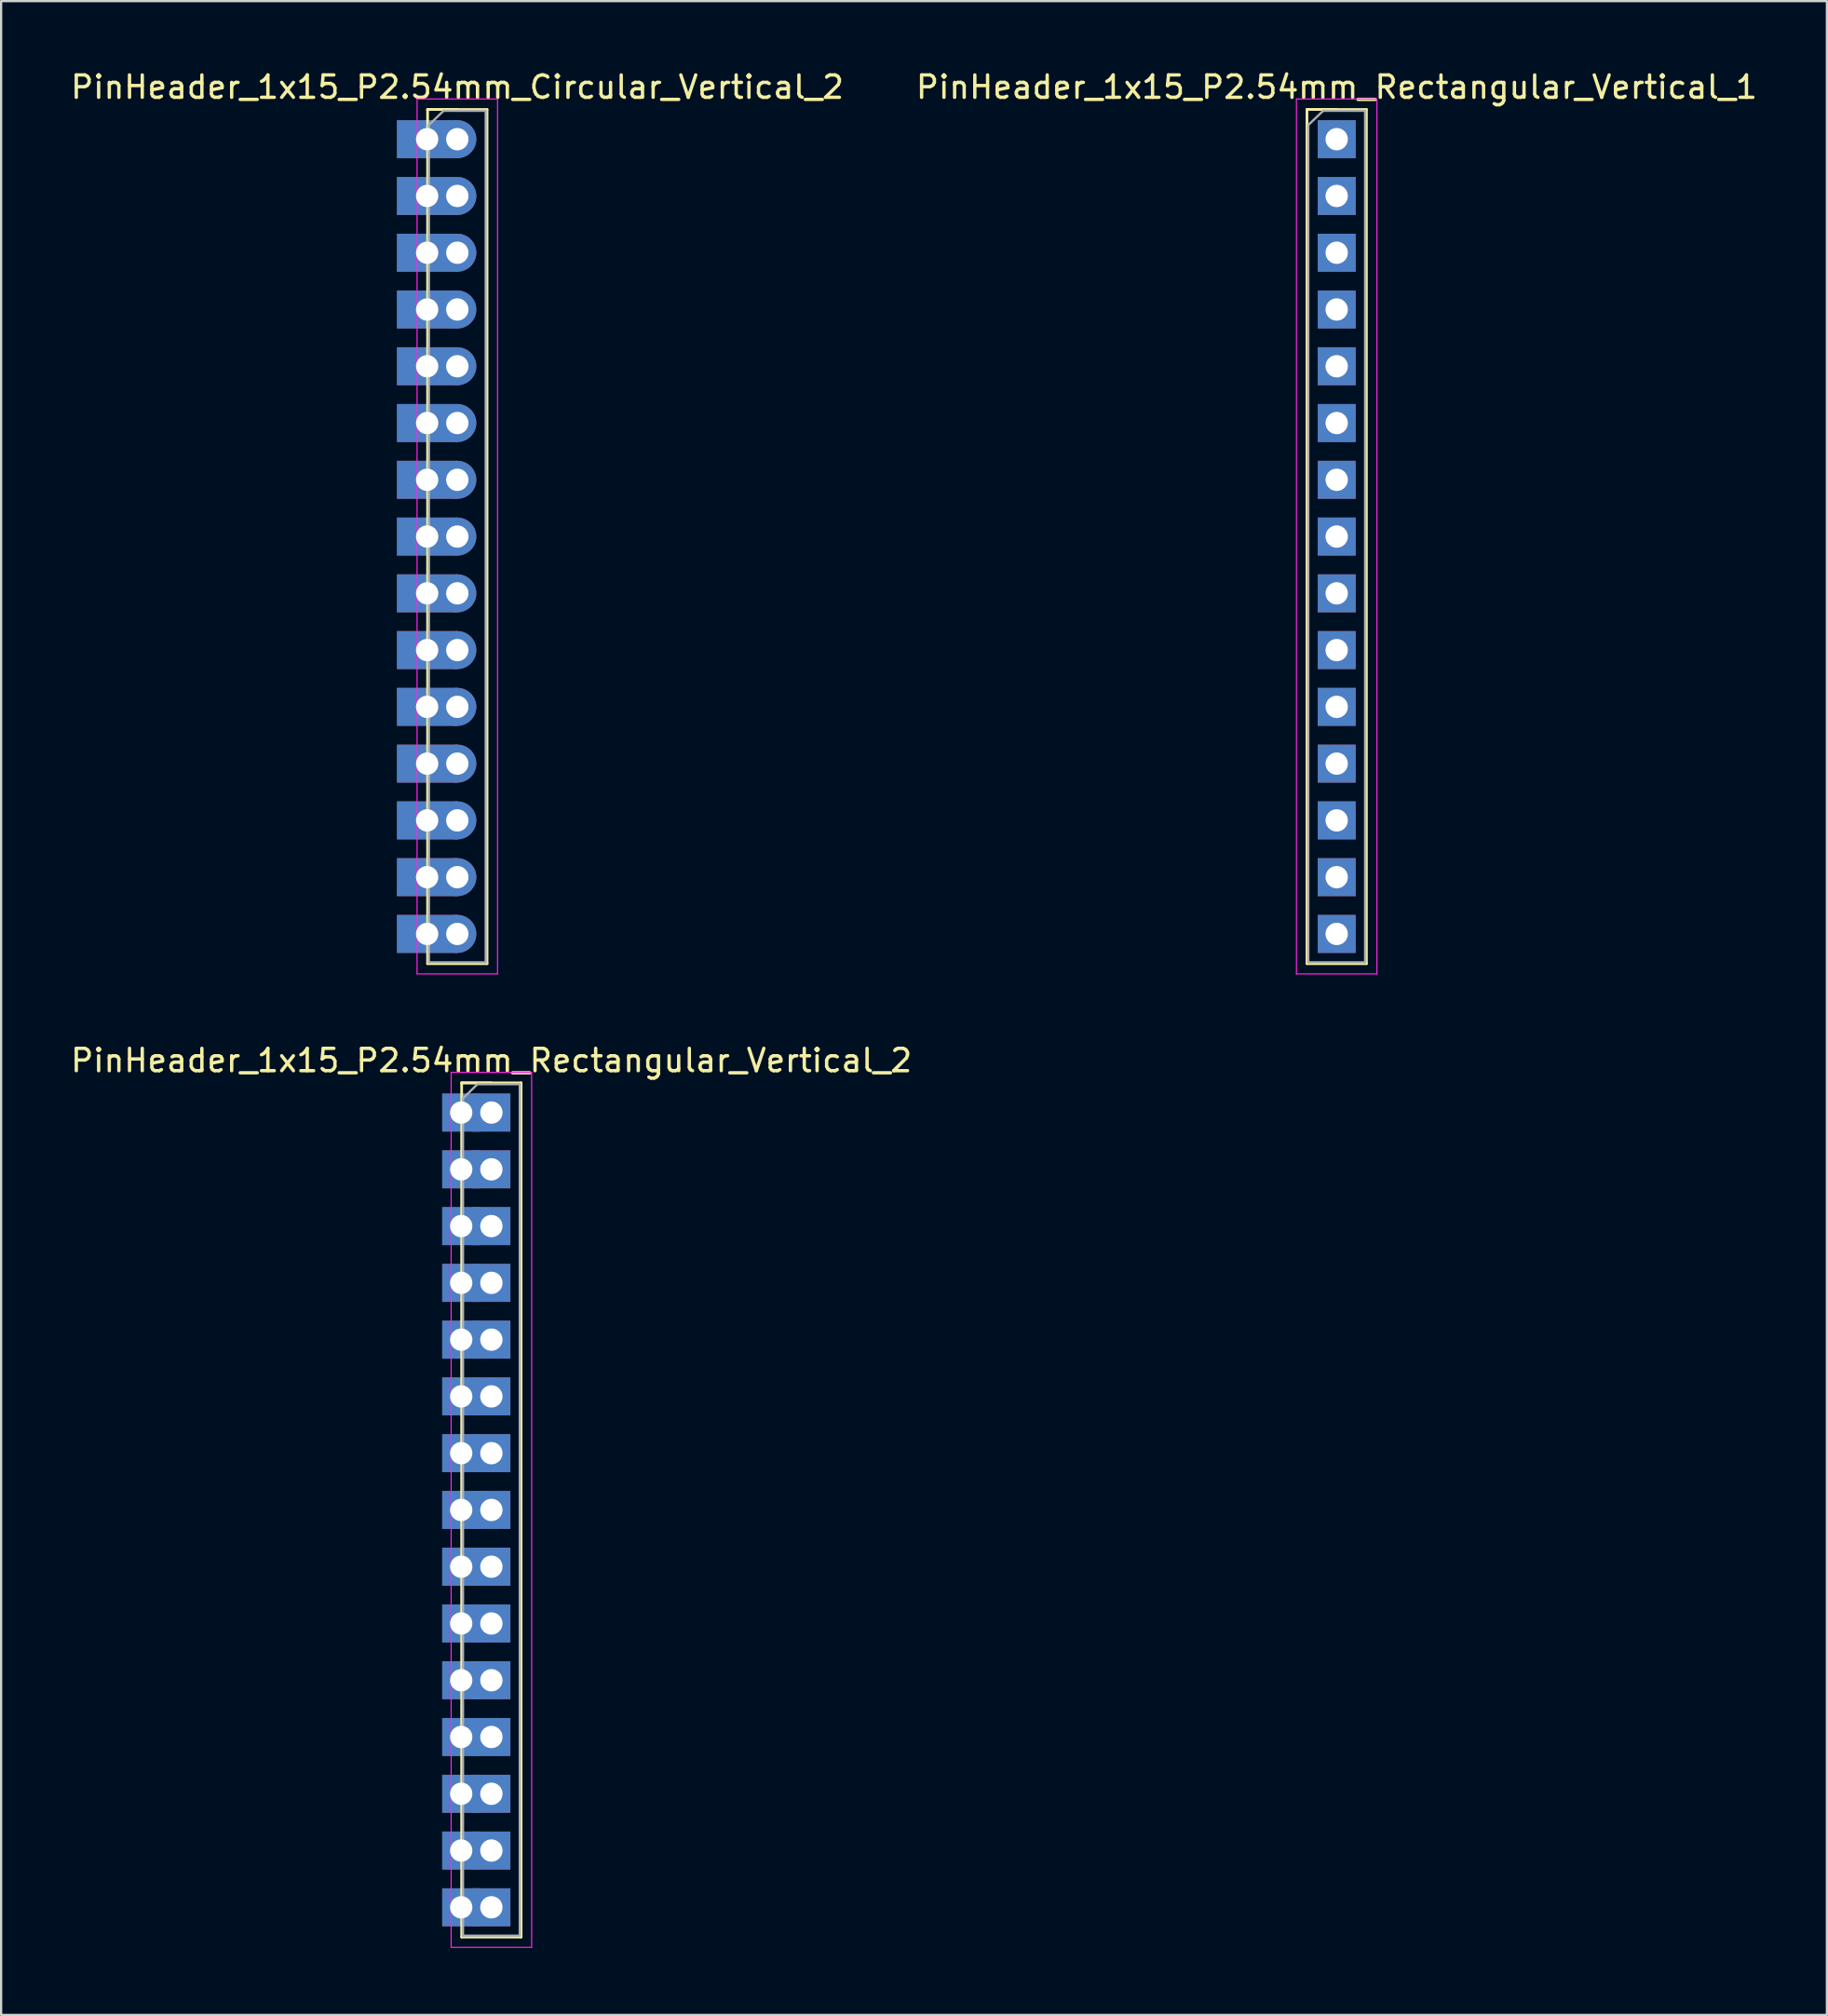
<source format=kicad_pcb>
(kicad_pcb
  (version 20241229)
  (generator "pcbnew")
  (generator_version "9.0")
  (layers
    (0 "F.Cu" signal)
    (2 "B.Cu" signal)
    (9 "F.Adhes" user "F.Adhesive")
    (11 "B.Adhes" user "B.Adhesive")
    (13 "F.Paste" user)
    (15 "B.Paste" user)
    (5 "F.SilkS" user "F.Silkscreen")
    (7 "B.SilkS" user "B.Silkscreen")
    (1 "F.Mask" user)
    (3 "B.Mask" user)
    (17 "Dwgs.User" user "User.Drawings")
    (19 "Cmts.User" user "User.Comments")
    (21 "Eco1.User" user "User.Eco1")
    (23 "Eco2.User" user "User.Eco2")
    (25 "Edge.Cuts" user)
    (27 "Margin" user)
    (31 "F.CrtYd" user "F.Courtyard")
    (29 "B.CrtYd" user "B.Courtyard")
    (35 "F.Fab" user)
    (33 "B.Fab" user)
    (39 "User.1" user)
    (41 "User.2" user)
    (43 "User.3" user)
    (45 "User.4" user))
  (footprint "PinHeader_1x15_P2.54mm_Circular_Vertical_2"
    (layer "F.Cu")
    (at 17.411 3.178)
    (property "Reference" "PinHeader_1x15_P2.54mm_Circular_Vertical_2" (at 0 -2.33 0) (layer "F.SilkS") (effects (font (size 1 1) (thickness 0.15))))
    (attr through_hole)
    (fp_line (start -1.33 -1.33) (end -1.33 36.89) (stroke (width 0.12) (type solid)) (layer "F.SilkS"))
    (fp_line (start -1.33 -1.33) (end 0 -1.33) (stroke (width 0.12) (type solid)) (layer "F.SilkS"))
    (fp_line (start -1.33 -1.33) (end 1.33 -1.33) (stroke (width 0.12) (type solid)) (layer "F.SilkS"))
    (fp_line (start -1.33 36.89) (end 1.33 36.89) (stroke (width 0.12) (type solid)) (layer "F.SilkS"))
    (fp_line (start 1.33 -1.33) (end 1.33 36.89) (stroke (width 0.12) (type solid)) (layer "F.SilkS"))
    (fp_line (start -1.8 -1.8) (end -1.8 37.35) (stroke (width 0.05) (type solid)) (layer "F.CrtYd"))
    (fp_line (start -1.8 37.35) (end 1.8 37.35) (stroke (width 0.05) (type solid)) (layer "F.CrtYd"))
    (fp_line (start 1.8 -1.8) (end -1.8 -1.8) (stroke (width 0.05) (type solid)) (layer "F.CrtYd"))
    (fp_line (start 1.8 37.35) (end 1.8 -1.8) (stroke (width 0.05) (type solid)) (layer "F.CrtYd"))
    (fp_line (start -1.27 -0.635) (end -0.617 -1.27) (stroke (width 0.1) (type solid)) (layer "F.Fab"))
    (fp_line (start -1.27 36.83) (end -1.27 -0.635) (stroke (width 0.1) (type solid)) (layer "F.Fab"))
    (fp_line (start -0.617 -1.27) (end 1.27 -1.27) (stroke (width 0.1) (type solid)) (layer "F.Fab"))
    (fp_line (start 1.27 -1.27) (end 1.27 36.83) (stroke (width 0.1) (type solid)) (layer "F.Fab"))
    (fp_line (start 1.27 36.83) (end -1.27 36.83) (stroke (width 0.1) (type solid)) (layer "F.Fab"))
    (pad "1" thru_hole rect (at -1.35 0) (size 2.7 1.7) (drill 1) (layers "*.Cu" "*.Mask"))
    (pad "1" thru_hole circle (at 0 0) (size 1.7 1.7) (drill 1) (layers "*.Cu" "*.Mask"))
    (pad "2" thru_hole rect (at -1.35 2.54) (size 2.7 1.7) (drill 1) (layers "*.Cu" "*.Mask"))
    (pad "2" thru_hole circle (at 0 2.54) (size 1.7 1.7) (drill 1) (layers "*.Cu" "*.Mask"))
    (pad "3" thru_hole rect (at -1.35 5.08) (size 2.7 1.7) (drill 1) (layers "*.Cu" "*.Mask"))
    (pad "3" thru_hole circle (at 0 5.08) (size 1.7 1.7) (drill 1) (layers "*.Cu" "*.Mask"))
    (pad "4" thru_hole rect (at -1.35 7.62) (size 2.7 1.7) (drill 1) (layers "*.Cu" "*.Mask"))
    (pad "4" thru_hole circle (at 0 7.62) (size 1.7 1.7) (drill 1) (layers "*.Cu" "*.Mask"))
    (pad "5" thru_hole rect (at -1.35 10.16) (size 2.7 1.7) (drill 1) (layers "*.Cu" "*.Mask"))
    (pad "5" thru_hole circle (at 0 10.16) (size 1.7 1.7) (drill 1) (layers "*.Cu" "*.Mask"))
    (pad "6" thru_hole rect (at -1.35 12.7) (size 2.7 1.7) (drill 1) (layers "*.Cu" "*.Mask"))
    (pad "6" thru_hole circle (at 0 12.7) (size 1.7 1.7) (drill 1) (layers "*.Cu" "*.Mask"))
    (pad "7" thru_hole rect (at -1.35 15.24) (size 2.7 1.7) (drill 1) (layers "*.Cu" "*.Mask"))
    (pad "7" thru_hole circle (at 0 15.24) (size 1.7 1.7) (drill 1) (layers "*.Cu" "*.Mask"))
    (pad "8" thru_hole rect (at -1.35 17.78) (size 2.7 1.7) (drill 1) (layers "*.Cu" "*.Mask"))
    (pad "8" thru_hole circle (at 0 17.78) (size 1.7 1.7) (drill 1) (layers "*.Cu" "*.Mask"))
    (pad "9" thru_hole rect (at -1.35 20.32) (size 2.7 1.7) (drill 1) (layers "*.Cu" "*.Mask"))
    (pad "9" thru_hole circle (at 0 20.32) (size 1.7 1.7) (drill 1) (layers "*.Cu" "*.Mask"))
    (pad "10" thru_hole rect (at -1.35 22.86) (size 2.7 1.7) (drill 1) (layers "*.Cu" "*.Mask"))
    (pad "10" thru_hole circle (at 0 22.86) (size 1.7 1.7) (drill 1) (layers "*.Cu" "*.Mask"))
    (pad "11" thru_hole rect (at -1.35 25.4) (size 2.7 1.7) (drill 1) (layers "*.Cu" "*.Mask"))
    (pad "11" thru_hole circle (at 0 25.4) (size 1.7 1.7) (drill 1) (layers "*.Cu" "*.Mask"))
    (pad "12" thru_hole rect (at -1.35 27.94) (size 2.7 1.7) (drill 1) (layers "*.Cu" "*.Mask"))
    (pad "12" thru_hole circle (at 0 27.94) (size 1.7 1.7) (drill 1) (layers "*.Cu" "*.Mask"))
    (pad "13" thru_hole rect (at -1.35 30.48) (size 2.7 1.7) (drill 1) (layers "*.Cu" "*.Mask"))
    (pad "13" thru_hole circle (at 0 30.48) (size 1.7 1.7) (drill 1) (layers "*.Cu" "*.Mask"))
    (pad "14" thru_hole rect (at -1.35 33.02) (size 2.7 1.7) (drill 1) (layers "*.Cu" "*.Mask"))
    (pad "14" thru_hole circle (at 0 33.02) (size 1.7 1.7) (drill 1) (layers "*.Cu" "*.Mask"))
    (pad "15" thru_hole rect (at -1.35 35.56) (size 2.7 1.7) (drill 1) (layers "*.Cu" "*.Mask"))
    (pad "15" thru_hole circle (at 0 35.56) (size 1.7 1.7) (drill 1) (layers "*.Cu" "*.Mask")))
  (footprint "PinHeader_1x15_P2.54mm_Rectangular_Vertical_1"
    (layer "F.Cu")
    (at 56.756 3.178)
    (property "Reference" "PinHeader_1x15_P2.54mm_Rectangular_Vertical_1" (at 0 -2.33 0) (layer "F.SilkS") (effects (font (size 1 1) (thickness 0.15))))
    (attr through_hole)
    (fp_line (start -1.33 -1.33) (end -1.33 36.89) (stroke (width 0.12) (type solid)) (layer "F.SilkS"))
    (fp_line (start -1.33 -1.33) (end 0 -1.33) (stroke (width 0.12) (type solid)) (layer "F.SilkS"))
    (fp_line (start -1.33 -1.33) (end 1.33 -1.33) (stroke (width 0.12) (type solid)) (layer "F.SilkS"))
    (fp_line (start -1.33 36.89) (end 1.33 36.89) (stroke (width 0.12) (type solid)) (layer "F.SilkS"))
    (fp_line (start 1.33 -1.33) (end 1.33 36.89) (stroke (width 0.12) (type solid)) (layer "F.SilkS"))
    (fp_line (start -1.8 -1.8) (end -1.8 37.35) (stroke (width 0.05) (type solid)) (layer "F.CrtYd"))
    (fp_line (start -1.8 37.35) (end 1.8 37.35) (stroke (width 0.05) (type solid)) (layer "F.CrtYd"))
    (fp_line (start 1.8 -1.8) (end -1.8 -1.8) (stroke (width 0.05) (type solid)) (layer "F.CrtYd"))
    (fp_line (start 1.8 37.35) (end 1.8 -1.8) (stroke (width 0.05) (type solid)) (layer "F.CrtYd"))
    (fp_line (start -1.27 -0.635) (end -0.605 -1.27) (stroke (width 0.1) (type solid)) (layer "F.Fab"))
    (fp_line (start -1.27 36.83) (end -1.27 -0.635) (stroke (width 0.1) (type solid)) (layer "F.Fab"))
    (fp_line (start -0.605 -1.27) (end 1.27 -1.27) (stroke (width 0.1) (type solid)) (layer "F.Fab"))
    (fp_line (start 1.27 -1.27) (end 1.27 36.83) (stroke (width 0.1) (type solid)) (layer "F.Fab"))
    (fp_line (start 1.27 36.83) (end -1.27 36.83) (stroke (width 0.1) (type solid)) (layer "F.Fab"))
    (pad "1" thru_hole rect (at 0 0) (size 1.7 1.7) (drill 1) (layers "*.Cu" "*.Mask"))
    (pad "2" thru_hole rect (at 0 2.54) (size 1.7 1.7) (drill 1) (layers "*.Cu" "*.Mask"))
    (pad "3" thru_hole rect (at 0 5.08) (size 1.7 1.7) (drill 1) (layers "*.Cu" "*.Mask"))
    (pad "4" thru_hole rect (at 0 7.62) (size 1.7 1.7) (drill 1) (layers "*.Cu" "*.Mask"))
    (pad "5" thru_hole rect (at 0 10.16) (size 1.7 1.7) (drill 1) (layers "*.Cu" "*.Mask"))
    (pad "6" thru_hole rect (at 0 12.7) (size 1.7 1.7) (drill 1) (layers "*.Cu" "*.Mask"))
    (pad "7" thru_hole rect (at 0 15.24) (size 1.7 1.7) (drill 1) (layers "*.Cu" "*.Mask"))
    (pad "8" thru_hole rect (at 0 17.78) (size 1.7 1.7) (drill 1) (layers "*.Cu" "*.Mask"))
    (pad "9" thru_hole rect (at 0 20.32) (size 1.7 1.7) (drill 1) (layers "*.Cu" "*.Mask"))
    (pad "10" thru_hole rect (at 0 22.86) (size 1.7 1.7) (drill 1) (layers "*.Cu" "*.Mask"))
    (pad "11" thru_hole rect (at 0 25.4) (size 1.7 1.7) (drill 1) (layers "*.Cu" "*.Mask"))
    (pad "12" thru_hole rect (at 0 27.94) (size 1.7 1.7) (drill 1) (layers "*.Cu" "*.Mask"))
    (pad "13" thru_hole rect (at 0 30.48) (size 1.7 1.7) (drill 1) (layers "*.Cu" "*.Mask"))
    (pad "14" thru_hole rect (at 0 33.02) (size 1.7 1.7) (drill 1) (layers "*.Cu" "*.Mask"))
    (pad "15" thru_hole rect (at 0 35.56) (size 1.7 1.7) (drill 1) (layers "*.Cu" "*.Mask")))
  (footprint "PinHeader_1x15_P2.54mm_Rectangular_Vertical_2"
    (layer "F.Cu")
    (at 18.935 46.731)
    (property "Reference" "PinHeader_1x15_P2.54mm_Rectangular_Vertical_2" (at 0 -2.33 0) (layer "F.SilkS") (effects (font (size 1 1) (thickness 0.15))))
    (attr through_hole)
    (fp_line (start -1.33 -1.33) (end -1.33 36.89) (stroke (width 0.12) (type solid)) (layer "F.SilkS"))
    (fp_line (start -1.33 -1.33) (end 0 -1.33) (stroke (width 0.12) (type solid)) (layer "F.SilkS"))
    (fp_line (start -1.33 -1.33) (end 1.33 -1.33) (stroke (width 0.12) (type solid)) (layer "F.SilkS"))
    (fp_line (start -1.33 36.89) (end 1.33 36.89) (stroke (width 0.12) (type solid)) (layer "F.SilkS"))
    (fp_line (start 1.33 -1.33) (end 1.33 36.89) (stroke (width 0.12) (type solid)) (layer "F.SilkS"))
    (fp_line (start -1.8 -1.8) (end -1.8 37.35) (stroke (width 0.05) (type solid)) (layer "F.CrtYd"))
    (fp_line (start -1.8 37.35) (end 1.8 37.35) (stroke (width 0.05) (type solid)) (layer "F.CrtYd"))
    (fp_line (start 1.8 -1.8) (end -1.8 -1.8) (stroke (width 0.05) (type solid)) (layer "F.CrtYd"))
    (fp_line (start 1.8 37.35) (end 1.8 -1.8) (stroke (width 0.05) (type solid)) (layer "F.CrtYd"))
    (fp_line (start -1.27 -0.635) (end -0.625 -1.27) (stroke (width 0.1) (type solid)) (layer "F.Fab"))
    (fp_line (start -1.27 36.83) (end -1.27 -0.635) (stroke (width 0.1) (type solid)) (layer "F.Fab"))
    (fp_line (start -0.625 -1.27) (end 1.27 -1.27) (stroke (width 0.1) (type solid)) (layer "F.Fab"))
    (fp_line (start 1.27 -1.27) (end 1.27 36.83) (stroke (width 0.1) (type solid)) (layer "F.Fab"))
    (fp_line (start 1.27 36.83) (end -1.27 36.83) (stroke (width 0.1) (type solid)) (layer "F.Fab"))
    (pad "1" thru_hole rect (at -1.35 0) (size 1.7 1.7) (drill 1) (layers "*.Cu" "*.Mask"))
    (pad "1" thru_hole rect (at 0 0) (size 1.7 1.7) (drill 1) (layers "*.Cu" "*.Mask"))
    (pad "2" thru_hole rect (at -1.35 2.54) (size 1.7 1.7) (drill 1) (layers "*.Cu" "*.Mask"))
    (pad "2" thru_hole rect (at 0 2.54) (size 1.7 1.7) (drill 1) (layers "*.Cu" "*.Mask"))
    (pad "3" thru_hole rect (at -1.35 5.08) (size 1.7 1.7) (drill 1) (layers "*.Cu" "*.Mask"))
    (pad "3" thru_hole rect (at 0 5.08) (size 1.7 1.7) (drill 1) (layers "*.Cu" "*.Mask"))
    (pad "4" thru_hole rect (at -1.35 7.62) (size 1.7 1.7) (drill 1) (layers "*.Cu" "*.Mask"))
    (pad "4" thru_hole rect (at 0 7.62) (size 1.7 1.7) (drill 1) (layers "*.Cu" "*.Mask"))
    (pad "5" thru_hole rect (at -1.35 10.16) (size 1.7 1.7) (drill 1) (layers "*.Cu" "*.Mask"))
    (pad "5" thru_hole rect (at 0 10.16) (size 1.7 1.7) (drill 1) (layers "*.Cu" "*.Mask"))
    (pad "6" thru_hole rect (at -1.35 12.7) (size 1.7 1.7) (drill 1) (layers "*.Cu" "*.Mask"))
    (pad "6" thru_hole rect (at 0 12.7) (size 1.7 1.7) (drill 1) (layers "*.Cu" "*.Mask"))
    (pad "7" thru_hole rect (at -1.35 15.24) (size 1.7 1.7) (drill 1) (layers "*.Cu" "*.Mask"))
    (pad "7" thru_hole rect (at 0 15.24) (size 1.7 1.7) (drill 1) (layers "*.Cu" "*.Mask"))
    (pad "8" thru_hole rect (at -1.35 17.78) (size 1.7 1.7) (drill 1) (layers "*.Cu" "*.Mask"))
    (pad "8" thru_hole rect (at 0 17.78) (size 1.7 1.7) (drill 1) (layers "*.Cu" "*.Mask"))
    (pad "9" thru_hole rect (at -1.35 20.32) (size 1.7 1.7) (drill 1) (layers "*.Cu" "*.Mask"))
    (pad "9" thru_hole rect (at 0 20.32) (size 1.7 1.7) (drill 1) (layers "*.Cu" "*.Mask"))
    (pad "10" thru_hole rect (at -1.35 22.86) (size 1.7 1.7) (drill 1) (layers "*.Cu" "*.Mask"))
    (pad "10" thru_hole rect (at 0 22.86) (size 1.7 1.7) (drill 1) (layers "*.Cu" "*.Mask"))
    (pad "11" thru_hole rect (at -1.35 25.4) (size 1.7 1.7) (drill 1) (layers "*.Cu" "*.Mask"))
    (pad "11" thru_hole rect (at 0 25.4) (size 1.7 1.7) (drill 1) (layers "*.Cu" "*.Mask"))
    (pad "12" thru_hole rect (at -1.35 27.94) (size 1.7 1.7) (drill 1) (layers "*.Cu" "*.Mask"))
    (pad "12" thru_hole rect (at 0 27.94) (size 1.7 1.7) (drill 1) (layers "*.Cu" "*.Mask"))
    (pad "13" thru_hole rect (at -1.35 30.48) (size 1.7 1.7) (drill 1) (layers "*.Cu" "*.Mask"))
    (pad "13" thru_hole rect (at 0 30.48) (size 1.7 1.7) (drill 1) (layers "*.Cu" "*.Mask"))
    (pad "14" thru_hole rect (at -1.35 33.02) (size 1.7 1.7) (drill 1) (layers "*.Cu" "*.Mask"))
    (pad "14" thru_hole rect (at 0 33.02) (size 1.7 1.7) (drill 1) (layers "*.Cu" "*.Mask"))
    (pad "15" thru_hole rect (at -1.35 35.56) (size 1.7 1.7) (drill 1) (layers "*.Cu" "*.Mask"))
    (pad "15" thru_hole rect (at 0 35.56) (size 1.7 1.7) (drill 1) (layers "*.Cu" "*.Mask")))
  (gr_rect
    (start -3 -3)
    (end 78.69 87.106)
    (stroke (width 0.1) (type default))
    (fill no)
    (layer "Edge.Cuts")))
</source>
